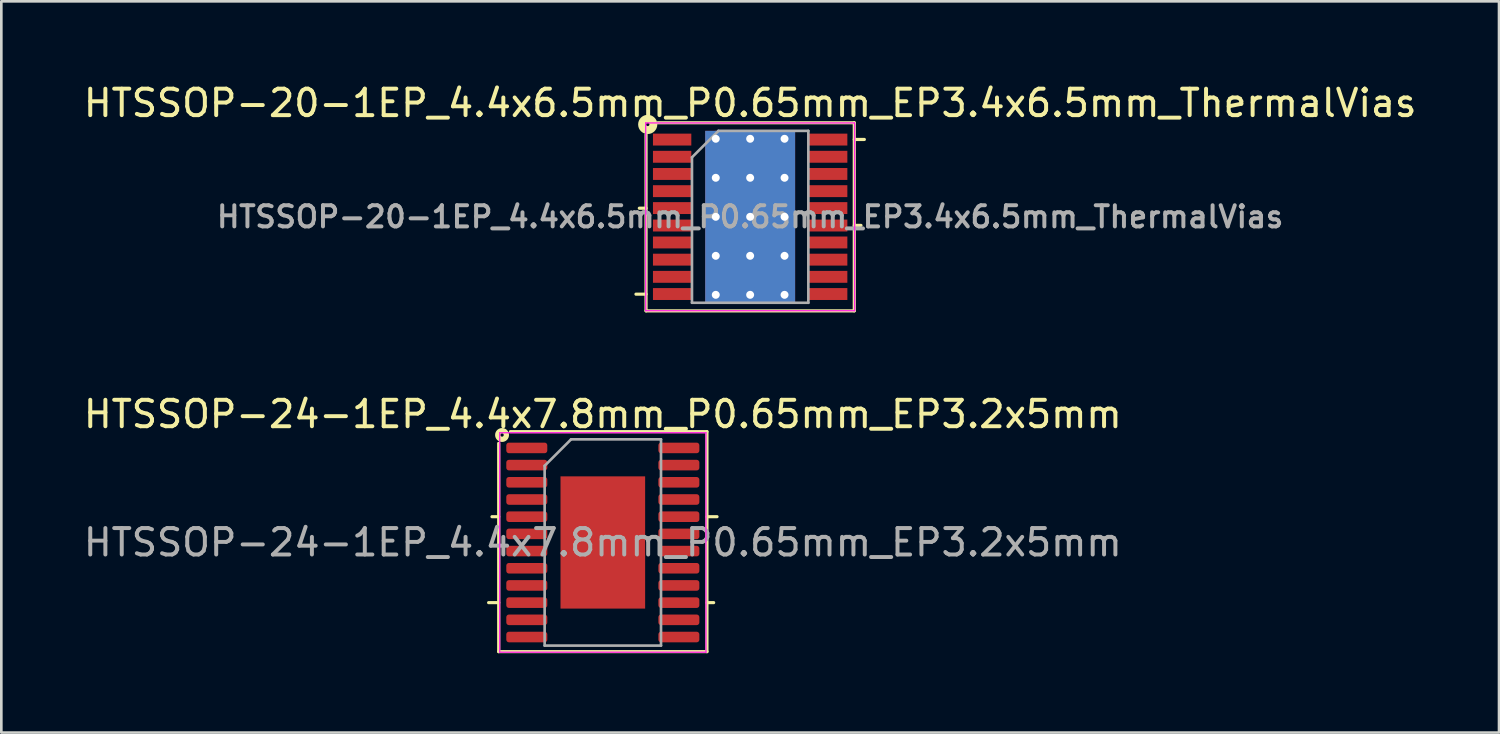
<source format=kicad_pcb>
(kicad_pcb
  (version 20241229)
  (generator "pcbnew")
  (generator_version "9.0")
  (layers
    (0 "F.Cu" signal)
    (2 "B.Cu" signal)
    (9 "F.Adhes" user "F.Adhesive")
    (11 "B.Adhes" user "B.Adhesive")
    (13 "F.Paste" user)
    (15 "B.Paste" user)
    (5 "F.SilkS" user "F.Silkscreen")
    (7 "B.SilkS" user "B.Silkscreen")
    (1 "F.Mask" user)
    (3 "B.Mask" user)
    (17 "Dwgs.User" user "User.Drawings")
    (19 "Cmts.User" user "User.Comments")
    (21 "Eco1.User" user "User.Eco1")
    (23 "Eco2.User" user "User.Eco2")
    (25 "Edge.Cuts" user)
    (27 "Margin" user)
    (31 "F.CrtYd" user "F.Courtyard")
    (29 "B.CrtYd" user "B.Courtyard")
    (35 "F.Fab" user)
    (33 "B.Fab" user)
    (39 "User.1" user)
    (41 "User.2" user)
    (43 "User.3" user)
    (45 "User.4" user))
  (footprint "HTSSOP-24-1EP_4.4x7.8mm_P0.65mm_EP3.2x5mm"
    (layer "F.Cu")
    (at 19.744 17.462)
    (property "Reference" "HTSSOP-24-1EP_4.4x7.8mm_P0.65mm_EP3.2x5mm" (at 0 -4.85 0) (layer "F.SilkS") (effects (font (size 1 1) (thickness 0.15))))
    (attr smd)
    (fp_line (start -3.937 -0.975) (end -4.191 -0.975) (stroke (width 0.12) (type solid)) (layer "F.SilkS"))
    (fp_line (start -3.937 2.275) (end -4.318 2.275) (stroke (width 0.12) (type solid)) (layer "F.SilkS"))
    (fp_line (start -3.937 4.128) (end -3.937 -3.747) (stroke (width 0.12) (type solid)) (layer "F.SilkS"))
    (fp_line (start -3.493 -4.191) (end 3.937 -4.191) (stroke (width 0.12) (type solid)) (layer "F.SilkS"))
    (fp_line (start 3.937 -4.191) (end 3.937 4.128) (stroke (width 0.12) (type solid)) (layer "F.SilkS"))
    (fp_line (start 3.937 -0.975) (end 4.318 -0.975) (stroke (width 0.12) (type solid)) (layer "F.SilkS"))
    (fp_line (start 3.937 2.275) (end 4.191 2.275) (stroke (width 0.12) (type solid)) (layer "F.SilkS"))
    (fp_line (start 3.937 4.128) (end -3.937 4.128) (stroke (width 0.12) (type solid)) (layer "F.SilkS"))
    (fp_circle (center -3.81 -4.064) (end -3.747 -4.064) (stroke (width 0.2) (type solid)) (fill no) (layer "F.SilkS"))
    (fp_line (start -3.9 -4.15) (end -3.9 4.15) (stroke (width 0.05) (type solid)) (layer "F.CrtYd"))
    (fp_line (start -3.9 4.15) (end 3.9 4.15) (stroke (width 0.05) (type solid)) (layer "F.CrtYd"))
    (fp_line (start 3.9 -4.15) (end -3.9 -4.15) (stroke (width 0.05) (type solid)) (layer "F.CrtYd"))
    (fp_line (start 3.9 4.15) (end 3.9 -4.15) (stroke (width 0.05) (type solid)) (layer "F.CrtYd"))
    (fp_line (start -2.2 -2.9) (end -1.2 -3.9) (stroke (width 0.1) (type solid)) (layer "F.Fab"))
    (fp_line (start -2.2 3.9) (end -2.2 -2.9) (stroke (width 0.1) (type solid)) (layer "F.Fab"))
    (fp_line (start -1.2 -3.9) (end 2.2 -3.9) (stroke (width 0.1) (type solid)) (layer "F.Fab"))
    (fp_line (start 2.2 -3.9) (end 2.2 3.9) (stroke (width 0.1) (type solid)) (layer "F.Fab"))
    (fp_line (start 2.2 3.9) (end -2.2 3.9) (stroke (width 0.1) (type solid)) (layer "F.Fab"))
    (fp_text user "${REFERENCE}" (at 0 0 0) (layer "F.Fab") (effects (font (size 1 1) (thickness 0.15))))
    (pad "" smd roundrect (at -0.8 -1.67) (size 1.29 1.34) (layers "F.Paste") (roundrect_rratio 0.194))
    (pad "" smd roundrect (at -0.8 0) (size 1.29 1.34) (layers "F.Paste") (roundrect_rratio 0.194))
    (pad "" smd roundrect (at -0.8 1.67) (size 1.29 1.34) (layers "F.Paste") (roundrect_rratio 0.194))
    (pad "" smd roundrect (at 0.8 -1.67) (size 1.29 1.34) (layers "F.Paste") (roundrect_rratio 0.194))
    (pad "" smd roundrect (at 0.8 0) (size 1.29 1.34) (layers "F.Paste") (roundrect_rratio 0.194))
    (pad "" smd roundrect (at 0.8 1.67) (size 1.29 1.34) (layers "F.Paste") (roundrect_rratio 0.194))
    (pad "1" smd roundrect (at -2.875 -3.575) (size 1.55 0.4) (layers "F.Cu" "F.Mask" "F.Paste") (roundrect_rratio 0.25))
    (pad "2" smd roundrect (at -2.875 -2.925) (size 1.55 0.4) (layers "F.Cu" "F.Mask" "F.Paste") (roundrect_rratio 0.25))
    (pad "3" smd roundrect (at -2.875 -2.275) (size 1.55 0.4) (layers "F.Cu" "F.Mask" "F.Paste") (roundrect_rratio 0.25))
    (pad "4" smd roundrect (at -2.875 -1.625) (size 1.55 0.4) (layers "F.Cu" "F.Mask" "F.Paste") (roundrect_rratio 0.25))
    (pad "5" smd roundrect (at -2.875 -0.975) (size 1.55 0.4) (layers "F.Cu" "F.Mask" "F.Paste") (roundrect_rratio 0.25))
    (pad "6" smd roundrect (at -2.875 -0.325) (size 1.55 0.4) (layers "F.Cu" "F.Mask" "F.Paste") (roundrect_rratio 0.25))
    (pad "7" smd roundrect (at -2.875 0.325) (size 1.55 0.4) (layers "F.Cu" "F.Mask" "F.Paste") (roundrect_rratio 0.25))
    (pad "8" smd roundrect (at -2.875 0.975) (size 1.55 0.4) (layers "F.Cu" "F.Mask" "F.Paste") (roundrect_rratio 0.25))
    (pad "9" smd roundrect (at -2.875 1.625) (size 1.55 0.4) (layers "F.Cu" "F.Mask" "F.Paste") (roundrect_rratio 0.25))
    (pad "10" smd roundrect (at -2.875 2.275) (size 1.55 0.4) (layers "F.Cu" "F.Mask" "F.Paste") (roundrect_rratio 0.25))
    (pad "11" smd roundrect (at -2.875 2.925) (size 1.55 0.4) (layers "F.Cu" "F.Mask" "F.Paste") (roundrect_rratio 0.25))
    (pad "12" smd roundrect (at -2.875 3.575) (size 1.55 0.4) (layers "F.Cu" "F.Mask" "F.Paste") (roundrect_rratio 0.25))
    (pad "13" smd roundrect (at 2.875 3.575) (size 1.55 0.4) (layers "F.Cu" "F.Mask" "F.Paste") (roundrect_rratio 0.25))
    (pad "14" smd roundrect (at 2.875 2.925) (size 1.55 0.4) (layers "F.Cu" "F.Mask" "F.Paste") (roundrect_rratio 0.25))
    (pad "15" smd roundrect (at 2.875 2.275) (size 1.55 0.4) (layers "F.Cu" "F.Mask" "F.Paste") (roundrect_rratio 0.25))
    (pad "16" smd roundrect (at 2.875 1.625) (size 1.55 0.4) (layers "F.Cu" "F.Mask" "F.Paste") (roundrect_rratio 0.25))
    (pad "17" smd roundrect (at 2.875 0.975) (size 1.55 0.4) (layers "F.Cu" "F.Mask" "F.Paste") (roundrect_rratio 0.25))
    (pad "18" smd roundrect (at 2.875 0.325) (size 1.55 0.4) (layers "F.Cu" "F.Mask" "F.Paste") (roundrect_rratio 0.25))
    (pad "19" smd roundrect (at 2.875 -0.325) (size 1.55 0.4) (layers "F.Cu" "F.Mask" "F.Paste") (roundrect_rratio 0.25))
    (pad "20" smd roundrect (at 2.875 -0.975) (size 1.55 0.4) (layers "F.Cu" "F.Mask" "F.Paste") (roundrect_rratio 0.25))
    (pad "21" smd roundrect (at 2.875 -1.625) (size 1.55 0.4) (layers "F.Cu" "F.Mask" "F.Paste") (roundrect_rratio 0.25))
    (pad "22" smd roundrect (at 2.875 -2.275) (size 1.55 0.4) (layers "F.Cu" "F.Mask" "F.Paste") (roundrect_rratio 0.25))
    (pad "23" smd roundrect (at 2.875 -2.925) (size 1.55 0.4) (layers "F.Cu" "F.Mask" "F.Paste") (roundrect_rratio 0.25))
    (pad "24" smd roundrect (at 2.875 -3.575) (size 1.55 0.4) (layers "F.Cu" "F.Mask" "F.Paste") (roundrect_rratio 0.25))
    (pad "25" smd rect (at 0 0) (size 3.2 5) (layers "F.Cu" "F.Mask")))
  (footprint "HTSSOP-20-1EP_4.4x6.5mm_P0.65mm_EP3.4x6.5mm_ThermalVias"
    (layer "F.Cu")
    (at 25.315 5.148)
    (property "Reference" "HTSSOP-20-1EP_4.4x6.5mm_P0.65mm_EP3.4x6.5mm_ThermalVias" (at 0 -4.3 0) (layer "F.SilkS") (effects (font (size 1 1) (thickness 0.15))))
    (attr smd)
    (fp_line (start -3.937 -0.325) (end -4.191 -0.325) (stroke (width 0.12) (type solid)) (layer "F.SilkS"))
    (fp_line (start -3.937 2.925) (end -4.318 2.925) (stroke (width 0.12) (type solid)) (layer "F.SilkS"))
    (fp_line (start -3.937 3.556) (end -3.937 -3.111) (stroke (width 0.12) (type solid)) (layer "F.SilkS"))
    (fp_line (start -3.493 -3.556) (end 3.937 -3.556) (stroke (width 0.12) (type solid)) (layer "F.SilkS"))
    (fp_line (start 3.937 -3.556) (end 3.937 3.556) (stroke (width 0.12) (type solid)) (layer "F.SilkS"))
    (fp_line (start 3.937 -2.925) (end 4.318 -2.925) (stroke (width 0.12) (type solid)) (layer "F.SilkS"))
    (fp_line (start 3.937 0.325) (end 4.191 0.325) (stroke (width 0.12) (type solid)) (layer "F.SilkS"))
    (fp_line (start 3.937 3.556) (end -3.937 3.556) (stroke (width 0.12) (type solid)) (layer "F.SilkS"))
    (fp_circle (center -3.873 -3.493) (end -3.81 -3.493) (stroke (width 0.3) (type solid)) (fill no) (layer "F.SilkS"))
    (fp_line (start -3.95 -3.55) (end -3.95 3.55) (stroke (width 0.05) (type solid)) (layer "F.CrtYd"))
    (fp_line (start -3.95 -3.55) (end 3.95 -3.55) (stroke (width 0.05) (type solid)) (layer "F.CrtYd"))
    (fp_line (start -3.95 3.55) (end 3.95 3.55) (stroke (width 0.05) (type solid)) (layer "F.CrtYd"))
    (fp_line (start 3.95 -3.55) (end 3.95 3.55) (stroke (width 0.05) (type solid)) (layer "F.CrtYd"))
    (fp_line (start -2.2 -2.25) (end -1.2 -3.25) (stroke (width 0.1) (type solid)) (layer "F.Fab"))
    (fp_line (start -2.2 3.25) (end -2.2 -2.25) (stroke (width 0.1) (type solid)) (layer "F.Fab"))
    (fp_line (start -1.2 -3.25) (end 2.2 -3.25) (stroke (width 0.1) (type solid)) (layer "F.Fab"))
    (fp_line (start 2.2 -3.25) (end 2.2 3.25) (stroke (width 0.1) (type solid)) (layer "F.Fab"))
    (fp_line (start 2.2 3.25) (end -2.2 3.25) (stroke (width 0.1) (type solid)) (layer "F.Fab"))
    (fp_text user "${REFERENCE}" (at 0 0 0) (layer "F.Fab") (effects (font (size 0.8 0.8) (thickness 0.15))))
    (pad "" smd rect (at -0.85 -2.212) (size 1.4 1.075) (layers "F.Paste"))
    (pad "" smd rect (at -0.85 -0.738) (size 1.4 1.075) (layers "F.Paste"))
    (pad "" smd rect (at -0.85 0.738) (size 1.4 1.075) (layers "F.Paste"))
    (pad "" smd rect (at -0.85 2.212) (size 1.4 1.075) (layers "F.Paste"))
    (pad "" smd rect (at 0.85 -2.212) (size 1.4 1.075) (layers "F.Paste"))
    (pad "" smd rect (at 0.85 -0.738) (size 1.4 1.075) (layers "F.Paste"))
    (pad "" smd rect (at 0.85 0.738) (size 1.4 1.075) (layers "F.Paste"))
    (pad "" smd rect (at 0.85 2.212) (size 1.4 1.075) (layers "F.Paste"))
    (pad "1" smd rect (at -2.95 -2.92) (size 1.45 0.45) (layers "F.Cu" "F.Mask" "F.Paste"))
    (pad "2" smd rect (at -2.95 -2.27) (size 1.45 0.45) (layers "F.Cu" "F.Mask" "F.Paste"))
    (pad "3" smd rect (at -2.95 -1.62) (size 1.45 0.45) (layers "F.Cu" "F.Mask" "F.Paste"))
    (pad "4" smd rect (at -2.95 -0.97) (size 1.45 0.45) (layers "F.Cu" "F.Mask" "F.Paste"))
    (pad "5" smd rect (at -2.95 -0.33) (size 1.45 0.45) (layers "F.Cu" "F.Mask" "F.Paste"))
    (pad "6" smd rect (at -2.95 0.33) (size 1.45 0.45) (layers "F.Cu" "F.Mask" "F.Paste"))
    (pad "7" smd rect (at -2.95 0.97) (size 1.45 0.45) (layers "F.Cu" "F.Mask" "F.Paste"))
    (pad "8" smd rect (at -2.95 1.62) (size 1.45 0.45) (layers "F.Cu" "F.Mask" "F.Paste"))
    (pad "9" smd rect (at -2.95 2.27) (size 1.45 0.45) (layers "F.Cu" "F.Mask" "F.Paste"))
    (pad "10" smd rect (at -2.95 2.92) (size 1.45 0.45) (layers "F.Cu" "F.Mask" "F.Paste"))
    (pad "11" smd rect (at 2.95 2.92) (size 1.45 0.45) (layers "F.Cu" "F.Mask" "F.Paste"))
    (pad "12" smd rect (at 2.95 2.27) (size 1.45 0.45) (layers "F.Cu" "F.Mask" "F.Paste"))
    (pad "13" smd rect (at 2.95 1.62) (size 1.45 0.45) (layers "F.Cu" "F.Mask" "F.Paste"))
    (pad "14" smd rect (at 2.95 0.97) (size 1.45 0.45) (layers "F.Cu" "F.Mask" "F.Paste"))
    (pad "15" smd rect (at 2.95 0.33) (size 1.45 0.45) (layers "F.Cu" "F.Mask" "F.Paste"))
    (pad "16" smd rect (at 2.95 -0.33) (size 1.45 0.45) (layers "F.Cu" "F.Mask" "F.Paste"))
    (pad "17" smd rect (at 2.95 -0.97) (size 1.45 0.45) (layers "F.Cu" "F.Mask" "F.Paste"))
    (pad "18" smd rect (at 2.95 -1.62) (size 1.45 0.45) (layers "F.Cu" "F.Mask" "F.Paste"))
    (pad "19" smd rect (at 2.95 -2.27) (size 1.45 0.45) (layers "F.Cu" "F.Mask" "F.Paste"))
    (pad "20" smd rect (at 2.95 -2.92) (size 1.45 0.45) (layers "F.Cu" "F.Mask" "F.Paste"))
    (pad "21" thru_hole circle (at -1.3 -2.95) (size 0.6 0.6) (drill 0.3) (layers "*.Cu"))
    (pad "21" thru_hole circle (at -1.3 -1.475) (size 0.6 0.6) (drill 0.3) (layers "*.Cu"))
    (pad "21" thru_hole circle (at -1.3 0) (size 0.6 0.6) (drill 0.3) (layers "*.Cu"))
    (pad "21" thru_hole circle (at -1.3 1.475) (size 0.6 0.6) (drill 0.3) (layers "*.Cu"))
    (pad "21" thru_hole circle (at -1.3 2.95) (size 0.6 0.6) (drill 0.3) (layers "*.Cu"))
    (pad "21" thru_hole circle (at 0 -2.95) (size 0.6 0.6) (drill 0.3) (layers "*.Cu"))
    (pad "21" thru_hole circle (at 0 -1.475) (size 0.6 0.6) (drill 0.3) (layers "*.Cu"))
    (pad "21" thru_hole circle (at 0 0) (size 0.6 0.6) (drill 0.3) (layers "*.Cu"))
    (pad "21" smd rect (at 0 0) (size 3.4 6.5) (layers "F.Cu" "F.Mask"))
    (pad "21" smd rect (at 0 0) (size 3.4 6.5) (layers "B.Cu" "B.Mask"))
    (pad "21" thru_hole circle (at 0 1.475) (size 0.6 0.6) (drill 0.3) (layers "*.Cu"))
    (pad "21" thru_hole circle (at 0 2.95) (size 0.6 0.6) (drill 0.3) (layers "*.Cu"))
    (pad "21" thru_hole circle (at 1.3 -2.95) (size 0.6 0.6) (drill 0.3) (layers "*.Cu"))
    (pad "21" thru_hole circle (at 1.3 -1.475) (size 0.6 0.6) (drill 0.3) (layers "*.Cu"))
    (pad "21" thru_hole circle (at 1.3 0) (size 0.6 0.6) (drill 0.3) (layers "*.Cu"))
    (pad "21" thru_hole circle (at 1.3 1.475) (size 0.6 0.6) (drill 0.3) (layers "*.Cu"))
    (pad "21" thru_hole circle (at 1.3 2.95) (size 0.6 0.6) (drill 0.3) (layers "*.Cu")))
  (gr_rect
    (start -3 -3)
    (end 53.631 24.65)
    (stroke (width 0.1) (type default))
    (fill no)
    (layer "Edge.Cuts")))
</source>
